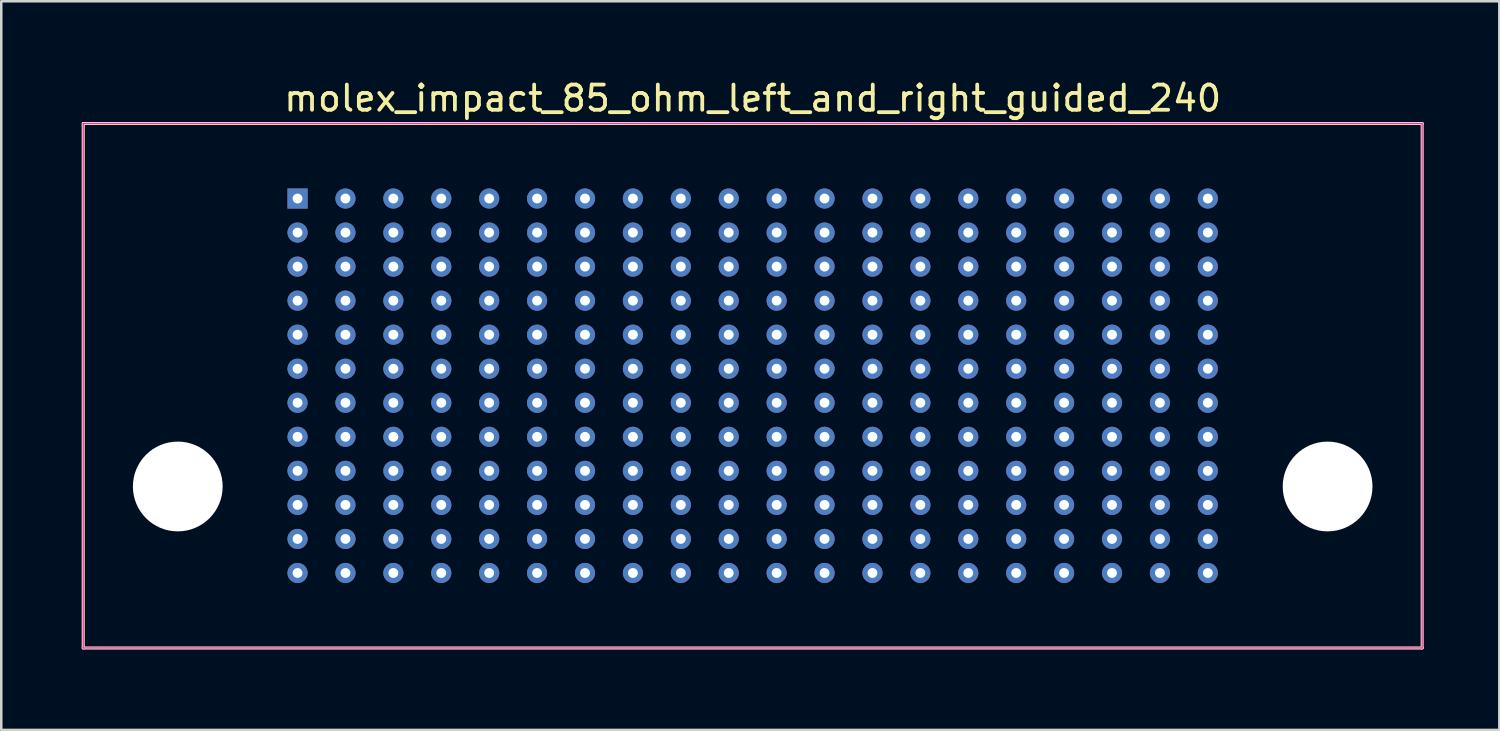
<source format=kicad_pcb>
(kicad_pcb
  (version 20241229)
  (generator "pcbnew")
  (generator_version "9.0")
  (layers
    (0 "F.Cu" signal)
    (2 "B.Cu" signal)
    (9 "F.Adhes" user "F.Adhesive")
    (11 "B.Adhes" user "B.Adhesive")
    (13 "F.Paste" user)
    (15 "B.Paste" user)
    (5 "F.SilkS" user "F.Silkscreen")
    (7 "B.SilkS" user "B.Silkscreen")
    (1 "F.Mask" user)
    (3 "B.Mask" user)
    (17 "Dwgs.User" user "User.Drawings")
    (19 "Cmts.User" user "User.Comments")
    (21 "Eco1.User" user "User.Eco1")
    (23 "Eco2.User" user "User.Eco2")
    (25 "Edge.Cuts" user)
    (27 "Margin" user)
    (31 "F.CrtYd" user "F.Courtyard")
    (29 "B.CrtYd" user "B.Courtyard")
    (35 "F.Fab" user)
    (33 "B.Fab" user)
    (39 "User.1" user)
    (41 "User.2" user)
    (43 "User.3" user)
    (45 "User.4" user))
  (footprint "molex_impact_85_ohm_left_and_right_guided_240"
    (layer "F.Cu")
    (at 0.25 22.648)
    (property "Reference" "molex_impact_85_ohm_left_and_right_guided_240" (at 26.55 -21.8 0) (layer "F.SilkS") (effects (font (size 1 1) (thickness 0.15))))
    (attr through_hole)
    (fp_line (start 0 -20.8) (end 53.1 -20.8) (stroke (width 0.12) (type solid)) (layer "F.SilkS"))
    (fp_line (start 0 0) (end 0 -20.8) (stroke (width 0.12) (type solid)) (layer "F.SilkS"))
    (fp_line (start 53.1 -20.8) (end 53.1 0) (stroke (width 0.12) (type solid)) (layer "F.SilkS"))
    (fp_line (start 53.1 0) (end 0 0) (stroke (width 0.12) (type solid)) (layer "F.SilkS"))
    (fp_line (start 0 -20.8) (end 53.1 -20.8) (stroke (width 0.05) (type solid)) (layer "F.CrtYd"))
    (fp_line (start 0 0) (end 0 -20.8) (stroke (width 0.05) (type solid)) (layer "F.CrtYd"))
    (fp_line (start 53.1 -20.8) (end 53.1 0) (stroke (width 0.05) (type solid)) (layer "F.CrtYd"))
    (fp_line (start 53.1 0) (end 0 0) (stroke (width 0.05) (type solid)) (layer "F.CrtYd"))
    (pad "" np_thru_hole circle (at 3.75 -6.405) (size 3.56 3.56) (drill 3.56) (layers "*.Cu" "*.Mask"))
    (pad "" np_thru_hole circle (at 49.35 -6.405) (size 3.56 3.56) (drill 3.56) (layers "*.Cu" "*.Mask"))
    (pad "1" thru_hole rect (at 8.5 -17.825) (size 0.8 0.8) (drill 0.39) (layers "*.Cu" "*.Mask"))
    (pad "2" thru_hole circle (at 8.5 -16.475) (size 0.8 0.8) (drill 0.39) (layers "*.Cu" "*.Mask"))
    (pad "3" thru_hole circle (at 8.5 -15.125) (size 0.8 0.8) (drill 0.39) (layers "*.Cu" "*.Mask"))
    (pad "4" thru_hole circle (at 8.5 -13.775) (size 0.8 0.8) (drill 0.39) (layers "*.Cu" "*.Mask"))
    (pad "5" thru_hole circle (at 8.5 -12.425) (size 0.8 0.8) (drill 0.39) (layers "*.Cu" "*.Mask"))
    (pad "6" thru_hole circle (at 8.5 -11.075) (size 0.8 0.8) (drill 0.39) (layers "*.Cu" "*.Mask"))
    (pad "7" thru_hole circle (at 8.5 -9.725) (size 0.8 0.8) (drill 0.39) (layers "*.Cu" "*.Mask"))
    (pad "8" thru_hole circle (at 8.5 -8.375) (size 0.8 0.8) (drill 0.39) (layers "*.Cu" "*.Mask"))
    (pad "9" thru_hole circle (at 8.5 -7.025) (size 0.8 0.8) (drill 0.39) (layers "*.Cu" "*.Mask"))
    (pad "10" thru_hole circle (at 8.5 -5.675) (size 0.8 0.8) (drill 0.39) (layers "*.Cu" "*.Mask"))
    (pad "11" thru_hole circle (at 8.5 -4.325) (size 0.8 0.8) (drill 0.39) (layers "*.Cu" "*.Mask"))
    (pad "12" thru_hole circle (at 8.5 -2.975) (size 0.8 0.8) (drill 0.39) (layers "*.Cu" "*.Mask"))
    (pad "13" thru_hole circle (at 10.4 -17.825) (size 0.8 0.8) (drill 0.39) (layers "*.Cu" "*.Mask"))
    (pad "14" thru_hole circle (at 10.4 -16.475) (size 0.8 0.8) (drill 0.39) (layers "*.Cu" "*.Mask"))
    (pad "15" thru_hole circle (at 10.4 -15.125) (size 0.8 0.8) (drill 0.39) (layers "*.Cu" "*.Mask"))
    (pad "16" thru_hole circle (at 10.4 -13.775) (size 0.8 0.8) (drill 0.39) (layers "*.Cu" "*.Mask"))
    (pad "17" thru_hole circle (at 10.4 -12.425) (size 0.8 0.8) (drill 0.39) (layers "*.Cu" "*.Mask"))
    (pad "18" thru_hole circle (at 10.4 -11.075) (size 0.8 0.8) (drill 0.39) (layers "*.Cu" "*.Mask"))
    (pad "19" thru_hole circle (at 10.4 -9.725) (size 0.8 0.8) (drill 0.39) (layers "*.Cu" "*.Mask"))
    (pad "20" thru_hole circle (at 10.4 -8.375) (size 0.8 0.8) (drill 0.39) (layers "*.Cu" "*.Mask"))
    (pad "21" thru_hole circle (at 10.4 -7.025) (size 0.8 0.8) (drill 0.39) (layers "*.Cu" "*.Mask"))
    (pad "22" thru_hole circle (at 10.4 -5.675) (size 0.8 0.8) (drill 0.39) (layers "*.Cu" "*.Mask"))
    (pad "23" thru_hole circle (at 10.4 -4.325) (size 0.8 0.8) (drill 0.39) (layers "*.Cu" "*.Mask"))
    (pad "24" thru_hole circle (at 10.4 -2.975) (size 0.8 0.8) (drill 0.39) (layers "*.Cu" "*.Mask"))
    (pad "25" thru_hole circle (at 12.3 -17.825) (size 0.8 0.8) (drill 0.39) (layers "*.Cu" "*.Mask"))
    (pad "26" thru_hole circle (at 12.3 -16.475) (size 0.8 0.8) (drill 0.39) (layers "*.Cu" "*.Mask"))
    (pad "27" thru_hole circle (at 12.3 -15.125) (size 0.8 0.8) (drill 0.39) (layers "*.Cu" "*.Mask"))
    (pad "28" thru_hole circle (at 12.3 -13.775) (size 0.8 0.8) (drill 0.39) (layers "*.Cu" "*.Mask"))
    (pad "29" thru_hole circle (at 12.3 -12.425) (size 0.8 0.8) (drill 0.39) (layers "*.Cu" "*.Mask"))
    (pad "30" thru_hole circle (at 12.3 -11.075) (size 0.8 0.8) (drill 0.39) (layers "*.Cu" "*.Mask"))
    (pad "31" thru_hole circle (at 12.3 -9.725) (size 0.8 0.8) (drill 0.39) (layers "*.Cu" "*.Mask"))
    (pad "32" thru_hole circle (at 12.3 -8.375) (size 0.8 0.8) (drill 0.39) (layers "*.Cu" "*.Mask"))
    (pad "33" thru_hole circle (at 12.3 -7.025) (size 0.8 0.8) (drill 0.39) (layers "*.Cu" "*.Mask"))
    (pad "34" thru_hole circle (at 12.3 -5.675) (size 0.8 0.8) (drill 0.39) (layers "*.Cu" "*.Mask"))
    (pad "35" thru_hole circle (at 12.3 -4.325) (size 0.8 0.8) (drill 0.39) (layers "*.Cu" "*.Mask"))
    (pad "36" thru_hole circle (at 12.3 -2.975) (size 0.8 0.8) (drill 0.39) (layers "*.Cu" "*.Mask"))
    (pad "37" thru_hole circle (at 14.2 -17.825) (size 0.8 0.8) (drill 0.39) (layers "*.Cu" "*.Mask"))
    (pad "38" thru_hole circle (at 14.2 -16.475) (size 0.8 0.8) (drill 0.39) (layers "*.Cu" "*.Mask"))
    (pad "39" thru_hole circle (at 14.2 -15.125) (size 0.8 0.8) (drill 0.39) (layers "*.Cu" "*.Mask"))
    (pad "40" thru_hole circle (at 14.2 -13.775) (size 0.8 0.8) (drill 0.39) (layers "*.Cu" "*.Mask"))
    (pad "41" thru_hole circle (at 14.2 -12.425) (size 0.8 0.8) (drill 0.39) (layers "*.Cu" "*.Mask"))
    (pad "42" thru_hole circle (at 14.2 -11.075) (size 0.8 0.8) (drill 0.39) (layers "*.Cu" "*.Mask"))
    (pad "43" thru_hole circle (at 14.2 -9.725) (size 0.8 0.8) (drill 0.39) (layers "*.Cu" "*.Mask"))
    (pad "44" thru_hole circle (at 14.2 -8.375) (size 0.8 0.8) (drill 0.39) (layers "*.Cu" "*.Mask"))
    (pad "45" thru_hole circle (at 14.2 -7.025) (size 0.8 0.8) (drill 0.39) (layers "*.Cu" "*.Mask"))
    (pad "46" thru_hole circle (at 14.2 -5.675) (size 0.8 0.8) (drill 0.39) (layers "*.Cu" "*.Mask"))
    (pad "47" thru_hole circle (at 14.2 -4.325) (size 0.8 0.8) (drill 0.39) (layers "*.Cu" "*.Mask"))
    (pad "48" thru_hole circle (at 14.2 -2.975) (size 0.8 0.8) (drill 0.39) (layers "*.Cu" "*.Mask"))
    (pad "49" thru_hole circle (at 16.1 -17.825) (size 0.8 0.8) (drill 0.39) (layers "*.Cu" "*.Mask"))
    (pad "50" thru_hole circle (at 16.1 -16.475) (size 0.8 0.8) (drill 0.39) (layers "*.Cu" "*.Mask"))
    (pad "51" thru_hole circle (at 16.1 -15.125) (size 0.8 0.8) (drill 0.39) (layers "*.Cu" "*.Mask"))
    (pad "52" thru_hole circle (at 16.1 -13.775) (size 0.8 0.8) (drill 0.39) (layers "*.Cu" "*.Mask"))
    (pad "53" thru_hole circle (at 16.1 -12.425) (size 0.8 0.8) (drill 0.39) (layers "*.Cu" "*.Mask"))
    (pad "54" thru_hole circle (at 16.1 -11.075) (size 0.8 0.8) (drill 0.39) (layers "*.Cu" "*.Mask"))
    (pad "55" thru_hole circle (at 16.1 -9.725) (size 0.8 0.8) (drill 0.39) (layers "*.Cu" "*.Mask"))
    (pad "56" thru_hole circle (at 16.1 -8.375) (size 0.8 0.8) (drill 0.39) (layers "*.Cu" "*.Mask"))
    (pad "57" thru_hole circle (at 16.1 -7.025) (size 0.8 0.8) (drill 0.39) (layers "*.Cu" "*.Mask"))
    (pad "58" thru_hole circle (at 16.1 -5.675) (size 0.8 0.8) (drill 0.39) (layers "*.Cu" "*.Mask"))
    (pad "59" thru_hole circle (at 16.1 -4.325) (size 0.8 0.8) (drill 0.39) (layers "*.Cu" "*.Mask"))
    (pad "60" thru_hole circle (at 16.1 -2.975) (size 0.8 0.8) (drill 0.39) (layers "*.Cu" "*.Mask"))
    (pad "61" thru_hole circle (at 18 -17.825) (size 0.8 0.8) (drill 0.39) (layers "*.Cu" "*.Mask"))
    (pad "62" thru_hole circle (at 18 -16.475) (size 0.8 0.8) (drill 0.39) (layers "*.Cu" "*.Mask"))
    (pad "63" thru_hole circle (at 18 -15.125) (size 0.8 0.8) (drill 0.39) (layers "*.Cu" "*.Mask"))
    (pad "64" thru_hole circle (at 18 -13.775) (size 0.8 0.8) (drill 0.39) (layers "*.Cu" "*.Mask"))
    (pad "65" thru_hole circle (at 18 -12.425) (size 0.8 0.8) (drill 0.39) (layers "*.Cu" "*.Mask"))
    (pad "66" thru_hole circle (at 18 -11.075) (size 0.8 0.8) (drill 0.39) (layers "*.Cu" "*.Mask"))
    (pad "67" thru_hole circle (at 18 -9.725) (size 0.8 0.8) (drill 0.39) (layers "*.Cu" "*.Mask"))
    (pad "68" thru_hole circle (at 18 -8.375) (size 0.8 0.8) (drill 0.39) (layers "*.Cu" "*.Mask"))
    (pad "69" thru_hole circle (at 18 -7.025) (size 0.8 0.8) (drill 0.39) (layers "*.Cu" "*.Mask"))
    (pad "70" thru_hole circle (at 18 -5.675) (size 0.8 0.8) (drill 0.39) (layers "*.Cu" "*.Mask"))
    (pad "71" thru_hole circle (at 18 -4.325) (size 0.8 0.8) (drill 0.39) (layers "*.Cu" "*.Mask"))
    (pad "72" thru_hole circle (at 18 -2.975) (size 0.8 0.8) (drill 0.39) (layers "*.Cu" "*.Mask"))
    (pad "73" thru_hole circle (at 19.9 -17.825) (size 0.8 0.8) (drill 0.39) (layers "*.Cu" "*.Mask"))
    (pad "74" thru_hole circle (at 19.9 -16.475) (size 0.8 0.8) (drill 0.39) (layers "*.Cu" "*.Mask"))
    (pad "75" thru_hole circle (at 19.9 -15.125) (size 0.8 0.8) (drill 0.39) (layers "*.Cu" "*.Mask"))
    (pad "76" thru_hole circle (at 19.9 -13.775) (size 0.8 0.8) (drill 0.39) (layers "*.Cu" "*.Mask"))
    (pad "77" thru_hole circle (at 19.9 -12.425) (size 0.8 0.8) (drill 0.39) (layers "*.Cu" "*.Mask"))
    (pad "78" thru_hole circle (at 19.9 -11.075) (size 0.8 0.8) (drill 0.39) (layers "*.Cu" "*.Mask"))
    (pad "79" thru_hole circle (at 19.9 -9.725) (size 0.8 0.8) (drill 0.39) (layers "*.Cu" "*.Mask"))
    (pad "80" thru_hole circle (at 19.9 -8.375) (size 0.8 0.8) (drill 0.39) (layers "*.Cu" "*.Mask"))
    (pad "81" thru_hole circle (at 19.9 -7.025) (size 0.8 0.8) (drill 0.39) (layers "*.Cu" "*.Mask"))
    (pad "82" thru_hole circle (at 19.9 -5.675) (size 0.8 0.8) (drill 0.39) (layers "*.Cu" "*.Mask"))
    (pad "83" thru_hole circle (at 19.9 -4.325) (size 0.8 0.8) (drill 0.39) (layers "*.Cu" "*.Mask"))
    (pad "84" thru_hole circle (at 19.9 -2.975) (size 0.8 0.8) (drill 0.39) (layers "*.Cu" "*.Mask"))
    (pad "85" thru_hole circle (at 21.8 -17.825) (size 0.8 0.8) (drill 0.39) (layers "*.Cu" "*.Mask"))
    (pad "86" thru_hole circle (at 21.8 -16.475) (size 0.8 0.8) (drill 0.39) (layers "*.Cu" "*.Mask"))
    (pad "87" thru_hole circle (at 21.8 -15.125) (size 0.8 0.8) (drill 0.39) (layers "*.Cu" "*.Mask"))
    (pad "88" thru_hole circle (at 21.8 -13.775) (size 0.8 0.8) (drill 0.39) (layers "*.Cu" "*.Mask"))
    (pad "89" thru_hole circle (at 21.8 -12.425) (size 0.8 0.8) (drill 0.39) (layers "*.Cu" "*.Mask"))
    (pad "90" thru_hole circle (at 21.8 -11.075) (size 0.8 0.8) (drill 0.39) (layers "*.Cu" "*.Mask"))
    (pad "91" thru_hole circle (at 21.8 -9.725) (size 0.8 0.8) (drill 0.39) (layers "*.Cu" "*.Mask"))
    (pad "92" thru_hole circle (at 21.8 -8.375) (size 0.8 0.8) (drill 0.39) (layers "*.Cu" "*.Mask"))
    (pad "93" thru_hole circle (at 21.8 -7.025) (size 0.8 0.8) (drill 0.39) (layers "*.Cu" "*.Mask"))
    (pad "94" thru_hole circle (at 21.8 -5.675) (size 0.8 0.8) (drill 0.39) (layers "*.Cu" "*.Mask"))
    (pad "95" thru_hole circle (at 21.8 -4.325) (size 0.8 0.8) (drill 0.39) (layers "*.Cu" "*.Mask"))
    (pad "96" thru_hole circle (at 21.8 -2.975) (size 0.8 0.8) (drill 0.39) (layers "*.Cu" "*.Mask"))
    (pad "97" thru_hole circle (at 23.7 -17.825) (size 0.8 0.8) (drill 0.39) (layers "*.Cu" "*.Mask"))
    (pad "98" thru_hole circle (at 23.7 -16.475) (size 0.8 0.8) (drill 0.39) (layers "*.Cu" "*.Mask"))
    (pad "99" thru_hole circle (at 23.7 -15.125) (size 0.8 0.8) (drill 0.39) (layers "*.Cu" "*.Mask"))
    (pad "100" thru_hole circle (at 23.7 -13.775) (size 0.8 0.8) (drill 0.39) (layers "*.Cu" "*.Mask"))
    (pad "101" thru_hole circle (at 23.7 -12.425) (size 0.8 0.8) (drill 0.39) (layers "*.Cu" "*.Mask"))
    (pad "102" thru_hole circle (at 23.7 -11.075) (size 0.8 0.8) (drill 0.39) (layers "*.Cu" "*.Mask"))
    (pad "103" thru_hole circle (at 23.7 -9.725) (size 0.8 0.8) (drill 0.39) (layers "*.Cu" "*.Mask"))
    (pad "104" thru_hole circle (at 23.7 -8.375) (size 0.8 0.8) (drill 0.39) (layers "*.Cu" "*.Mask"))
    (pad "105" thru_hole circle (at 23.7 -7.025) (size 0.8 0.8) (drill 0.39) (layers "*.Cu" "*.Mask"))
    (pad "106" thru_hole circle (at 23.7 -5.675) (size 0.8 0.8) (drill 0.39) (layers "*.Cu" "*.Mask"))
    (pad "107" thru_hole circle (at 23.7 -4.325) (size 0.8 0.8) (drill 0.39) (layers "*.Cu" "*.Mask"))
    (pad "108" thru_hole circle (at 23.7 -2.975) (size 0.8 0.8) (drill 0.39) (layers "*.Cu" "*.Mask"))
    (pad "109" thru_hole circle (at 25.6 -17.825) (size 0.8 0.8) (drill 0.39) (layers "*.Cu" "*.Mask"))
    (pad "110" thru_hole circle (at 25.6 -16.475) (size 0.8 0.8) (drill 0.39) (layers "*.Cu" "*.Mask"))
    (pad "111" thru_hole circle (at 25.6 -15.125) (size 0.8 0.8) (drill 0.39) (layers "*.Cu" "*.Mask"))
    (pad "112" thru_hole circle (at 25.6 -13.775) (size 0.8 0.8) (drill 0.39) (layers "*.Cu" "*.Mask"))
    (pad "113" thru_hole circle (at 25.6 -12.425) (size 0.8 0.8) (drill 0.39) (layers "*.Cu" "*.Mask"))
    (pad "114" thru_hole circle (at 25.6 -11.075) (size 0.8 0.8) (drill 0.39) (layers "*.Cu" "*.Mask"))
    (pad "115" thru_hole circle (at 25.6 -9.725) (size 0.8 0.8) (drill 0.39) (layers "*.Cu" "*.Mask"))
    (pad "116" thru_hole circle (at 25.6 -8.375) (size 0.8 0.8) (drill 0.39) (layers "*.Cu" "*.Mask"))
    (pad "117" thru_hole circle (at 25.6 -7.025) (size 0.8 0.8) (drill 0.39) (layers "*.Cu" "*.Mask"))
    (pad "118" thru_hole circle (at 25.6 -5.675) (size 0.8 0.8) (drill 0.39) (layers "*.Cu" "*.Mask"))
    (pad "119" thru_hole circle (at 25.6 -4.325) (size 0.8 0.8) (drill 0.39) (layers "*.Cu" "*.Mask"))
    (pad "120" thru_hole circle (at 25.6 -2.975) (size 0.8 0.8) (drill 0.39) (layers "*.Cu" "*.Mask"))
    (pad "121" thru_hole circle (at 27.5 -17.825) (size 0.8 0.8) (drill 0.39) (layers "*.Cu" "*.Mask"))
    (pad "122" thru_hole circle (at 27.5 -16.475) (size 0.8 0.8) (drill 0.39) (layers "*.Cu" "*.Mask"))
    (pad "123" thru_hole circle (at 27.5 -15.125) (size 0.8 0.8) (drill 0.39) (layers "*.Cu" "*.Mask"))
    (pad "124" thru_hole circle (at 27.5 -13.775) (size 0.8 0.8) (drill 0.39) (layers "*.Cu" "*.Mask"))
    (pad "125" thru_hole circle (at 27.5 -12.425) (size 0.8 0.8) (drill 0.39) (layers "*.Cu" "*.Mask"))
    (pad "126" thru_hole circle (at 27.5 -11.075) (size 0.8 0.8) (drill 0.39) (layers "*.Cu" "*.Mask"))
    (pad "127" thru_hole circle (at 27.5 -9.725) (size 0.8 0.8) (drill 0.39) (layers "*.Cu" "*.Mask"))
    (pad "128" thru_hole circle (at 27.5 -8.375) (size 0.8 0.8) (drill 0.39) (layers "*.Cu" "*.Mask"))
    (pad "129" thru_hole circle (at 27.5 -7.025) (size 0.8 0.8) (drill 0.39) (layers "*.Cu" "*.Mask"))
    (pad "130" thru_hole circle (at 27.5 -5.675) (size 0.8 0.8) (drill 0.39) (layers "*.Cu" "*.Mask"))
    (pad "131" thru_hole circle (at 27.5 -4.325) (size 0.8 0.8) (drill 0.39) (layers "*.Cu" "*.Mask"))
    (pad "132" thru_hole circle (at 27.5 -2.975) (size 0.8 0.8) (drill 0.39) (layers "*.Cu" "*.Mask"))
    (pad "133" thru_hole circle (at 29.4 -17.825) (size 0.8 0.8) (drill 0.39) (layers "*.Cu" "*.Mask"))
    (pad "134" thru_hole circle (at 29.4 -16.475) (size 0.8 0.8) (drill 0.39) (layers "*.Cu" "*.Mask"))
    (pad "135" thru_hole circle (at 29.4 -15.125) (size 0.8 0.8) (drill 0.39) (layers "*.Cu" "*.Mask"))
    (pad "136" thru_hole circle (at 29.4 -13.775) (size 0.8 0.8) (drill 0.39) (layers "*.Cu" "*.Mask"))
    (pad "137" thru_hole circle (at 29.4 -12.425) (size 0.8 0.8) (drill 0.39) (layers "*.Cu" "*.Mask"))
    (pad "138" thru_hole circle (at 29.4 -11.075) (size 0.8 0.8) (drill 0.39) (layers "*.Cu" "*.Mask"))
    (pad "139" thru_hole circle (at 29.4 -9.725) (size 0.8 0.8) (drill 0.39) (layers "*.Cu" "*.Mask"))
    (pad "140" thru_hole circle (at 29.4 -8.375) (size 0.8 0.8) (drill 0.39) (layers "*.Cu" "*.Mask"))
    (pad "141" thru_hole circle (at 29.4 -7.025) (size 0.8 0.8) (drill 0.39) (layers "*.Cu" "*.Mask"))
    (pad "142" thru_hole circle (at 29.4 -5.675) (size 0.8 0.8) (drill 0.39) (layers "*.Cu" "*.Mask"))
    (pad "143" thru_hole circle (at 29.4 -4.325) (size 0.8 0.8) (drill 0.39) (layers "*.Cu" "*.Mask"))
    (pad "144" thru_hole circle (at 29.4 -2.975) (size 0.8 0.8) (drill 0.39) (layers "*.Cu" "*.Mask"))
    (pad "145" thru_hole circle (at 31.3 -17.825) (size 0.8 0.8) (drill 0.39) (layers "*.Cu" "*.Mask"))
    (pad "146" thru_hole circle (at 31.3 -16.475) (size 0.8 0.8) (drill 0.39) (layers "*.Cu" "*.Mask"))
    (pad "147" thru_hole circle (at 31.3 -15.125) (size 0.8 0.8) (drill 0.39) (layers "*.Cu" "*.Mask"))
    (pad "148" thru_hole circle (at 31.3 -13.775) (size 0.8 0.8) (drill 0.39) (layers "*.Cu" "*.Mask"))
    (pad "149" thru_hole circle (at 31.3 -12.425) (size 0.8 0.8) (drill 0.39) (layers "*.Cu" "*.Mask"))
    (pad "150" thru_hole circle (at 31.3 -11.075) (size 0.8 0.8) (drill 0.39) (layers "*.Cu" "*.Mask"))
    (pad "151" thru_hole circle (at 31.3 -9.725) (size 0.8 0.8) (drill 0.39) (layers "*.Cu" "*.Mask"))
    (pad "152" thru_hole circle (at 31.3 -8.375) (size 0.8 0.8) (drill 0.39) (layers "*.Cu" "*.Mask"))
    (pad "153" thru_hole circle (at 31.3 -7.025) (size 0.8 0.8) (drill 0.39) (layers "*.Cu" "*.Mask"))
    (pad "154" thru_hole circle (at 31.3 -5.675) (size 0.8 0.8) (drill 0.39) (layers "*.Cu" "*.Mask"))
    (pad "155" thru_hole circle (at 31.3 -4.325) (size 0.8 0.8) (drill 0.39) (layers "*.Cu" "*.Mask"))
    (pad "156" thru_hole circle (at 31.3 -2.975) (size 0.8 0.8) (drill 0.39) (layers "*.Cu" "*.Mask"))
    (pad "157" thru_hole circle (at 33.2 -17.825) (size 0.8 0.8) (drill 0.39) (layers "*.Cu" "*.Mask"))
    (pad "158" thru_hole circle (at 33.2 -16.475) (size 0.8 0.8) (drill 0.39) (layers "*.Cu" "*.Mask"))
    (pad "159" thru_hole circle (at 33.2 -15.125) (size 0.8 0.8) (drill 0.39) (layers "*.Cu" "*.Mask"))
    (pad "160" thru_hole circle (at 33.2 -13.775) (size 0.8 0.8) (drill 0.39) (layers "*.Cu" "*.Mask"))
    (pad "161" thru_hole circle (at 33.2 -12.425) (size 0.8 0.8) (drill 0.39) (layers "*.Cu" "*.Mask"))
    (pad "162" thru_hole circle (at 33.2 -11.075) (size 0.8 0.8) (drill 0.39) (layers "*.Cu" "*.Mask"))
    (pad "163" thru_hole circle (at 33.2 -9.725) (size 0.8 0.8) (drill 0.39) (layers "*.Cu" "*.Mask"))
    (pad "164" thru_hole circle (at 33.2 -8.375) (size 0.8 0.8) (drill 0.39) (layers "*.Cu" "*.Mask"))
    (pad "165" thru_hole circle (at 33.2 -7.025) (size 0.8 0.8) (drill 0.39) (layers "*.Cu" "*.Mask"))
    (pad "166" thru_hole circle (at 33.2 -5.675) (size 0.8 0.8) (drill 0.39) (layers "*.Cu" "*.Mask"))
    (pad "167" thru_hole circle (at 33.2 -4.325) (size 0.8 0.8) (drill 0.39) (layers "*.Cu" "*.Mask"))
    (pad "168" thru_hole circle (at 33.2 -2.975) (size 0.8 0.8) (drill 0.39) (layers "*.Cu" "*.Mask"))
    (pad "169" thru_hole circle (at 35.1 -17.825) (size 0.8 0.8) (drill 0.39) (layers "*.Cu" "*.Mask"))
    (pad "170" thru_hole circle (at 35.1 -16.475) (size 0.8 0.8) (drill 0.39) (layers "*.Cu" "*.Mask"))
    (pad "171" thru_hole circle (at 35.1 -15.125) (size 0.8 0.8) (drill 0.39) (layers "*.Cu" "*.Mask"))
    (pad "172" thru_hole circle (at 35.1 -13.775) (size 0.8 0.8) (drill 0.39) (layers "*.Cu" "*.Mask"))
    (pad "173" thru_hole circle (at 35.1 -12.425) (size 0.8 0.8) (drill 0.39) (layers "*.Cu" "*.Mask"))
    (pad "174" thru_hole circle (at 35.1 -11.075) (size 0.8 0.8) (drill 0.39) (layers "*.Cu" "*.Mask"))
    (pad "175" thru_hole circle (at 35.1 -9.725) (size 0.8 0.8) (drill 0.39) (layers "*.Cu" "*.Mask"))
    (pad "176" thru_hole circle (at 35.1 -8.375) (size 0.8 0.8) (drill 0.39) (layers "*.Cu" "*.Mask"))
    (pad "177" thru_hole circle (at 35.1 -7.025) (size 0.8 0.8) (drill 0.39) (layers "*.Cu" "*.Mask"))
    (pad "178" thru_hole circle (at 35.1 -5.675) (size 0.8 0.8) (drill 0.39) (layers "*.Cu" "*.Mask"))
    (pad "179" thru_hole circle (at 35.1 -4.325) (size 0.8 0.8) (drill 0.39) (layers "*.Cu" "*.Mask"))
    (pad "180" thru_hole circle (at 35.1 -2.975) (size 0.8 0.8) (drill 0.39) (layers "*.Cu" "*.Mask"))
    (pad "181" thru_hole circle (at 37 -17.825) (size 0.8 0.8) (drill 0.39) (layers "*.Cu" "*.Mask"))
    (pad "182" thru_hole circle (at 37 -16.475) (size 0.8 0.8) (drill 0.39) (layers "*.Cu" "*.Mask"))
    (pad "183" thru_hole circle (at 37 -15.125) (size 0.8 0.8) (drill 0.39) (layers "*.Cu" "*.Mask"))
    (pad "184" thru_hole circle (at 37 -13.775) (size 0.8 0.8) (drill 0.39) (layers "*.Cu" "*.Mask"))
    (pad "185" thru_hole circle (at 37 -12.425) (size 0.8 0.8) (drill 0.39) (layers "*.Cu" "*.Mask"))
    (pad "186" thru_hole circle (at 37 -11.075) (size 0.8 0.8) (drill 0.39) (layers "*.Cu" "*.Mask"))
    (pad "187" thru_hole circle (at 37 -9.725) (size 0.8 0.8) (drill 0.39) (layers "*.Cu" "*.Mask"))
    (pad "188" thru_hole circle (at 37 -8.375) (size 0.8 0.8) (drill 0.39) (layers "*.Cu" "*.Mask"))
    (pad "189" thru_hole circle (at 37 -7.025) (size 0.8 0.8) (drill 0.39) (layers "*.Cu" "*.Mask"))
    (pad "190" thru_hole circle (at 37 -5.675) (size 0.8 0.8) (drill 0.39) (layers "*.Cu" "*.Mask"))
    (pad "191" thru_hole circle (at 37 -4.325) (size 0.8 0.8) (drill 0.39) (layers "*.Cu" "*.Mask"))
    (pad "192" thru_hole circle (at 37 -2.975) (size 0.8 0.8) (drill 0.39) (layers "*.Cu" "*.Mask"))
    (pad "193" thru_hole circle (at 38.9 -17.825) (size 0.8 0.8) (drill 0.39) (layers "*.Cu" "*.Mask"))
    (pad "194" thru_hole circle (at 38.9 -16.475) (size 0.8 0.8) (drill 0.39) (layers "*.Cu" "*.Mask"))
    (pad "195" thru_hole circle (at 38.9 -15.125) (size 0.8 0.8) (drill 0.39) (layers "*.Cu" "*.Mask"))
    (pad "196" thru_hole circle (at 38.9 -13.775) (size 0.8 0.8) (drill 0.39) (layers "*.Cu" "*.Mask"))
    (pad "197" thru_hole circle (at 38.9 -12.425) (size 0.8 0.8) (drill 0.39) (layers "*.Cu" "*.Mask"))
    (pad "198" thru_hole circle (at 38.9 -11.075) (size 0.8 0.8) (drill 0.39) (layers "*.Cu" "*.Mask"))
    (pad "199" thru_hole circle (at 38.9 -9.725) (size 0.8 0.8) (drill 0.39) (layers "*.Cu" "*.Mask"))
    (pad "200" thru_hole circle (at 38.9 -8.375) (size 0.8 0.8) (drill 0.39) (layers "*.Cu" "*.Mask"))
    (pad "201" thru_hole circle (at 38.9 -7.025) (size 0.8 0.8) (drill 0.39) (layers "*.Cu" "*.Mask"))
    (pad "202" thru_hole circle (at 38.9 -5.675) (size 0.8 0.8) (drill 0.39) (layers "*.Cu" "*.Mask"))
    (pad "203" thru_hole circle (at 38.9 -4.325) (size 0.8 0.8) (drill 0.39) (layers "*.Cu" "*.Mask"))
    (pad "204" thru_hole circle (at 38.9 -2.975) (size 0.8 0.8) (drill 0.39) (layers "*.Cu" "*.Mask"))
    (pad "205" thru_hole circle (at 40.8 -17.825) (size 0.8 0.8) (drill 0.39) (layers "*.Cu" "*.Mask"))
    (pad "206" thru_hole circle (at 40.8 -16.475) (size 0.8 0.8) (drill 0.39) (layers "*.Cu" "*.Mask"))
    (pad "207" thru_hole circle (at 40.8 -15.125) (size 0.8 0.8) (drill 0.39) (layers "*.Cu" "*.Mask"))
    (pad "208" thru_hole circle (at 40.8 -13.775) (size 0.8 0.8) (drill 0.39) (layers "*.Cu" "*.Mask"))
    (pad "209" thru_hole circle (at 40.8 -12.425) (size 0.8 0.8) (drill 0.39) (layers "*.Cu" "*.Mask"))
    (pad "210" thru_hole circle (at 40.8 -11.075) (size 0.8 0.8) (drill 0.39) (layers "*.Cu" "*.Mask"))
    (pad "211" thru_hole circle (at 40.8 -9.725) (size 0.8 0.8) (drill 0.39) (layers "*.Cu" "*.Mask"))
    (pad "212" thru_hole circle (at 40.8 -8.375) (size 0.8 0.8) (drill 0.39) (layers "*.Cu" "*.Mask"))
    (pad "213" thru_hole circle (at 40.8 -7.025) (size 0.8 0.8) (drill 0.39) (layers "*.Cu" "*.Mask"))
    (pad "214" thru_hole circle (at 40.8 -5.675) (size 0.8 0.8) (drill 0.39) (layers "*.Cu" "*.Mask"))
    (pad "215" thru_hole circle (at 40.8 -4.325) (size 0.8 0.8) (drill 0.39) (layers "*.Cu" "*.Mask"))
    (pad "216" thru_hole circle (at 40.8 -2.975) (size 0.8 0.8) (drill 0.39) (layers "*.Cu" "*.Mask"))
    (pad "217" thru_hole circle (at 42.7 -17.825) (size 0.8 0.8) (drill 0.39) (layers "*.Cu" "*.Mask"))
    (pad "218" thru_hole circle (at 42.7 -16.475) (size 0.8 0.8) (drill 0.39) (layers "*.Cu" "*.Mask"))
    (pad "219" thru_hole circle (at 42.7 -15.125) (size 0.8 0.8) (drill 0.39) (layers "*.Cu" "*.Mask"))
    (pad "220" thru_hole circle (at 42.7 -13.775) (size 0.8 0.8) (drill 0.39) (layers "*.Cu" "*.Mask"))
    (pad "221" thru_hole circle (at 42.7 -12.425) (size 0.8 0.8) (drill 0.39) (layers "*.Cu" "*.Mask"))
    (pad "222" thru_hole circle (at 42.7 -11.075) (size 0.8 0.8) (drill 0.39) (layers "*.Cu" "*.Mask"))
    (pad "223" thru_hole circle (at 42.7 -9.725) (size 0.8 0.8) (drill 0.39) (layers "*.Cu" "*.Mask"))
    (pad "224" thru_hole circle (at 42.7 -8.375) (size 0.8 0.8) (drill 0.39) (layers "*.Cu" "*.Mask"))
    (pad "225" thru_hole circle (at 42.7 -7.025) (size 0.8 0.8) (drill 0.39) (layers "*.Cu" "*.Mask"))
    (pad "226" thru_hole circle (at 42.7 -5.675) (size 0.8 0.8) (drill 0.39) (layers "*.Cu" "*.Mask"))
    (pad "227" thru_hole circle (at 42.7 -4.325) (size 0.8 0.8) (drill 0.39) (layers "*.Cu" "*.Mask"))
    (pad "228" thru_hole circle (at 42.7 -2.975) (size 0.8 0.8) (drill 0.39) (layers "*.Cu" "*.Mask"))
    (pad "229" thru_hole circle (at 44.6 -17.825) (size 0.8 0.8) (drill 0.39) (layers "*.Cu" "*.Mask"))
    (pad "230" thru_hole circle (at 44.6 -16.475) (size 0.8 0.8) (drill 0.39) (layers "*.Cu" "*.Mask"))
    (pad "231" thru_hole circle (at 44.6 -15.125) (size 0.8 0.8) (drill 0.39) (layers "*.Cu" "*.Mask"))
    (pad "232" thru_hole circle (at 44.6 -13.775) (size 0.8 0.8) (drill 0.39) (layers "*.Cu" "*.Mask"))
    (pad "233" thru_hole circle (at 44.6 -12.425) (size 0.8 0.8) (drill 0.39) (layers "*.Cu" "*.Mask"))
    (pad "234" thru_hole circle (at 44.6 -11.075) (size 0.8 0.8) (drill 0.39) (layers "*.Cu" "*.Mask"))
    (pad "235" thru_hole circle (at 44.6 -9.725) (size 0.8 0.8) (drill 0.39) (layers "*.Cu" "*.Mask"))
    (pad "236" thru_hole circle (at 44.6 -8.375) (size 0.8 0.8) (drill 0.39) (layers "*.Cu" "*.Mask"))
    (pad "237" thru_hole circle (at 44.6 -7.025) (size 0.8 0.8) (drill 0.39) (layers "*.Cu" "*.Mask"))
    (pad "238" thru_hole circle (at 44.6 -5.675) (size 0.8 0.8) (drill 0.39) (layers "*.Cu" "*.Mask"))
    (pad "239" thru_hole circle (at 44.6 -4.325) (size 0.8 0.8) (drill 0.39) (layers "*.Cu" "*.Mask"))
    (pad "240" thru_hole circle (at 44.6 -2.975) (size 0.8 0.8) (drill 0.39) (layers "*.Cu" "*.Mask")))
  (gr_rect
    (start -3 -3)
    (end 56.41 25.898)
    (stroke (width 0.1) (type default))
    (fill no)
    (layer "Edge.Cuts")))
</source>
